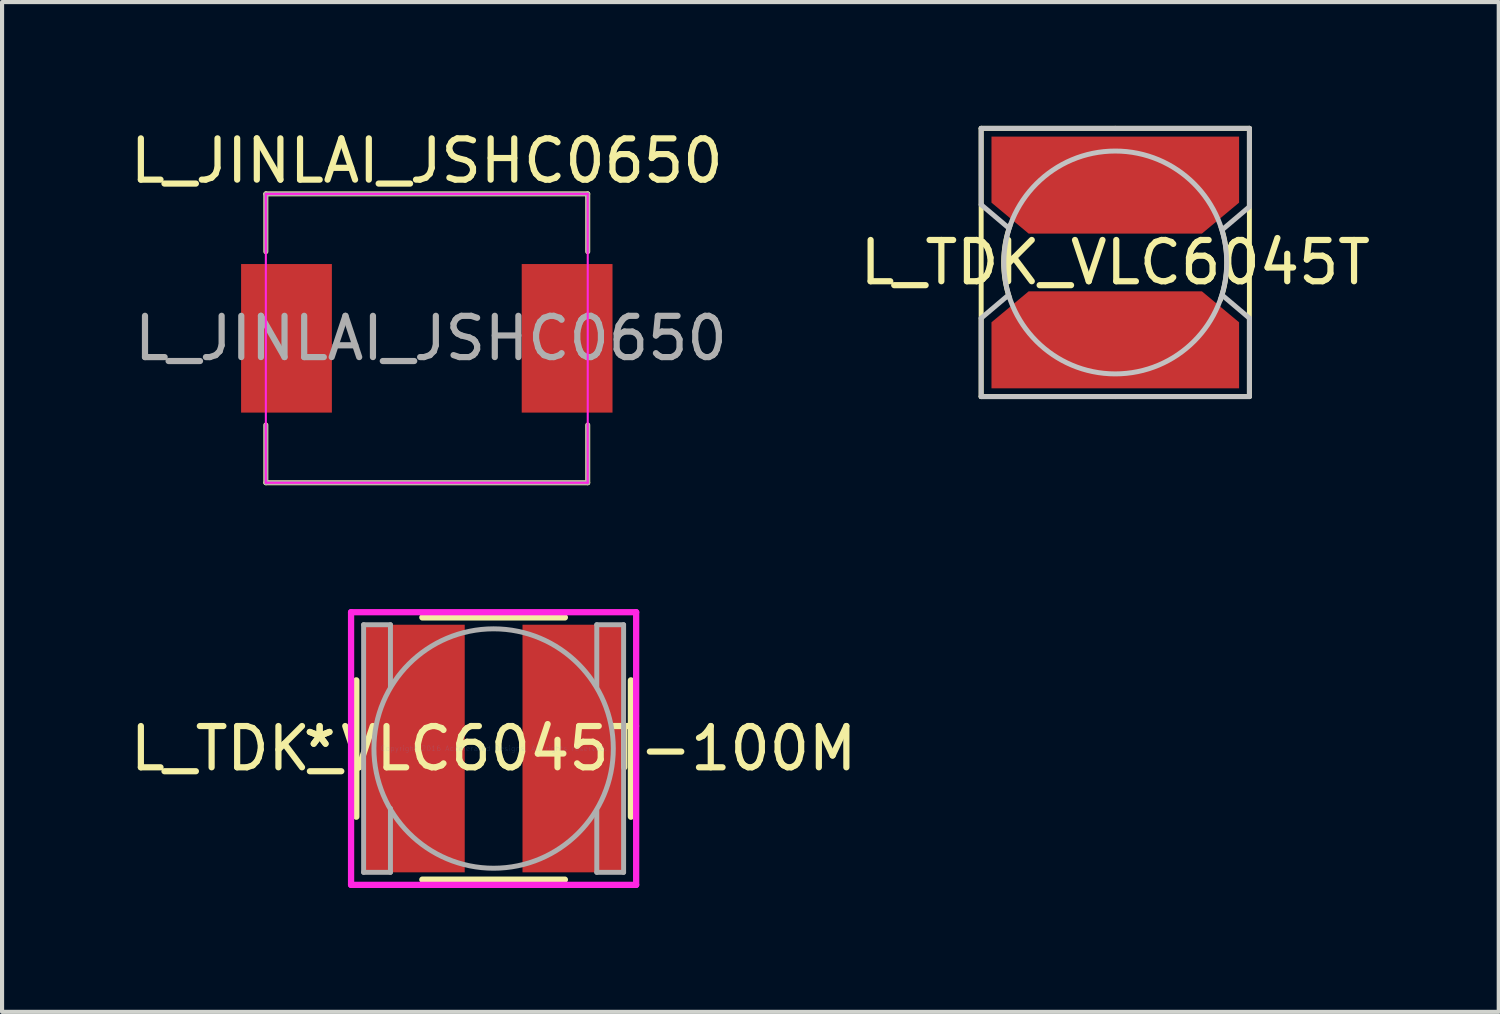
<source format=kicad_pcb>
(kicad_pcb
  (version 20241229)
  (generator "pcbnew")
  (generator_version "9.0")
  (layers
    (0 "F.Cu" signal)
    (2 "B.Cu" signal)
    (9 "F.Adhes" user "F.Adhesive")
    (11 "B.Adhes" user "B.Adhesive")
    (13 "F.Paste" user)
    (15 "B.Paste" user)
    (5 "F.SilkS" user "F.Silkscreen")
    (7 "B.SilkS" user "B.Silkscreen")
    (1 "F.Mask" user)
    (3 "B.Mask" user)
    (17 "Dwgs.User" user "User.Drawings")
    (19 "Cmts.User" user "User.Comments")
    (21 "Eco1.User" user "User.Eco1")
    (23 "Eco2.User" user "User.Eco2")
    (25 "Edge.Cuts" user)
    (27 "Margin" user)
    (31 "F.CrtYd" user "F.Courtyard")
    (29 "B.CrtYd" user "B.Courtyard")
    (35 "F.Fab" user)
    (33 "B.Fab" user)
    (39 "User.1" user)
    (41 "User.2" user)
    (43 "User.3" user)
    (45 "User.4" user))
  (footprint "L_TDK_VLC6045T-100M"
    (layer "F.Cu")
    (at 8.911 15.088)
    (property "Reference" "L_TDK_VLC6045T-100M" (at 0 0 0) (layer "F.SilkS") (effects (font (size 1 1) (thickness 0.15))))
    (attr through_hole)
    (fp_line (start -3.327 -1.652) (end -3.327 1.652) (stroke (width 0.152) (type solid)) (layer "F.SilkS"))
    (fp_line (start -1.727 3.177) (end 1.727 3.177) (stroke (width 0.152) (type solid)) (layer "F.SilkS"))
    (fp_line (start 1.727 -3.177) (end -1.727 -3.177) (stroke (width 0.152) (type solid)) (layer "F.SilkS"))
    (fp_line (start 3.327 1.652) (end 3.327 -1.652) (stroke (width 0.152) (type solid)) (layer "F.SilkS"))
    (fp_line (start -3.454 -3.304) (end 3.454 -3.304) (stroke (width 0.152) (type solid)) (layer "F.CrtYd"))
    (fp_line (start -3.454 3.304) (end -3.454 -3.304) (stroke (width 0.152) (type solid)) (layer "F.CrtYd"))
    (fp_line (start 3.454 -3.304) (end 3.454 3.304) (stroke (width 0.152) (type solid)) (layer "F.CrtYd"))
    (fp_line (start 3.454 3.304) (end -3.454 3.304) (stroke (width 0.152) (type solid)) (layer "F.CrtYd"))
    (fp_line (start -3.15 -3) (end -2.5 -3) (stroke (width 0.12) (type solid)) (layer "F.Fab"))
    (fp_line (start -3.15 3) (end -3.15 -3) (stroke (width 0.12) (type solid)) (layer "F.Fab"))
    (fp_line (start -2.5 -3) (end -2.5 -1.5) (stroke (width 0.12) (type solid)) (layer "F.Fab"))
    (fp_line (start -2.5 3) (end -3.15 3) (stroke (width 0.12) (type solid)) (layer "F.Fab"))
    (fp_line (start -2.5 3) (end -2.5 1.45) (stroke (width 0.12) (type solid)) (layer "F.Fab"))
    (fp_line (start 2.5 -3) (end 2.5 -1.5) (stroke (width 0.12) (type solid)) (layer "F.Fab"))
    (fp_line (start 2.5 3) (end 2.5 1.5) (stroke (width 0.12) (type solid)) (layer "F.Fab"))
    (fp_line (start 3.15 -3) (end 2.5 -3) (stroke (width 0.12) (type solid)) (layer "F.Fab"))
    (fp_line (start 3.15 3) (end 2.5 3) (stroke (width 0.12) (type solid)) (layer "F.Fab"))
    (fp_line (start 3.15 3) (end 3.15 -3) (stroke (width 0.12) (type solid)) (layer "F.Fab"))
    (fp_circle (center 0 0) (end -0.05 2.9) (stroke (width 0.12) (type solid)) (fill no) (layer "F.Fab"))
    (fp_text user "*" (at -4.216 0 0) (layer "F.SilkS") (effects (font (size 1 1) (thickness 0.15))))
    (fp_text user "*" (at -4.216 0 0) (layer "F.SilkS") (effects (font (size 1 1) (thickness 0.15))))
    (fp_text user "Copyright 2016 Accelerated Designs. All rights reserved." (at 0 0 0) (layer "Cmts.User") (effects (font (size 0.127 0.127) (thickness 0.002))))
    (pad "1" smd rect (at -1.925 0) (size 2.45 6) (layers "F.Cu" "F.Mask" "F.Paste"))
    (pad "2" smd rect (at 1.925 0) (size 2.45 6) (layers "F.Cu" "F.Mask" "F.Paste")))
  (footprint "L_JINLAI_JSHC0650"
    (layer "F.Cu")
    (at 7.292 5.148)
    (property "Reference" "L_JINLAI_JSHC0650" (at 0 -4.3 0) (layer "F.SilkS") (effects (font (size 1 1) (thickness 0.15))))
    (attr through_hole)
    (fp_line (start -3.9 -3.5) (end 3.9 -3.5) (stroke (width 0.12) (type solid)) (layer "F.SilkS"))
    (fp_line (start -3.9 -2.1) (end -3.9 -3.5) (stroke (width 0.12) (type solid)) (layer "F.SilkS"))
    (fp_line (start -3.9 3.5) (end -3.9 2.1) (stroke (width 0.12) (type solid)) (layer "F.SilkS"))
    (fp_line (start 3.9 -3.5) (end 3.9 -2.1) (stroke (width 0.12) (type solid)) (layer "F.SilkS"))
    (fp_line (start 3.9 2.1) (end 3.9 3.5) (stroke (width 0.12) (type solid)) (layer "F.SilkS"))
    (fp_line (start 3.9 3.5) (end -3.9 3.5) (stroke (width 0.12) (type solid)) (layer "F.SilkS"))
    (fp_line (start -3.9 -3.5) (end -3.9 3.5) (stroke (width 0.05) (type solid)) (layer "F.CrtYd"))
    (fp_line (start -3.9 3.5) (end 3.9 3.5) (stroke (width 0.05) (type solid)) (layer "F.CrtYd"))
    (fp_line (start 3.9 -3.5) (end -3.9 -3.5) (stroke (width 0.05) (type solid)) (layer "F.CrtYd"))
    (fp_line (start 3.9 3.5) (end 3.9 -3.5) (stroke (width 0.05) (type solid)) (layer "F.CrtYd"))
    (fp_line (start -3.9 -3.5) (end -3.9 -2.1) (stroke (width 0.1) (type solid)) (layer "F.Fab"))
    (fp_line (start -3.9 -3.5) (end 3.9 -3.5) (stroke (width 0.1) (type solid)) (layer "F.Fab"))
    (fp_line (start -3.9 3.5) (end -3.9 2.1) (stroke (width 0.1) (type solid)) (layer "F.Fab"))
    (fp_line (start -3.9 3.5) (end 3.9 3.5) (stroke (width 0.1) (type solid)) (layer "F.Fab"))
    (fp_line (start 3.9 -3.5) (end 3.9 -2.1) (stroke (width 0.1) (type solid)) (layer "F.Fab"))
    (fp_line (start 3.9 3.5) (end 3.9 2.1) (stroke (width 0.1) (type solid)) (layer "F.Fab"))
    (fp_text user "${REFERENCE}" (at 0.1 0 0) (layer "F.Fab") (effects (font (size 1 1) (thickness 0.15))))
    (pad "1" smd rect (at -3.4 0) (size 2.2 3.6) (layers "F.Cu" "F.Mask" "F.Paste"))
    (pad "2" smd rect (at 3.4 0) (size 2.2 3.6) (layers "F.Cu" "F.Mask" "F.Paste")))
  (footprint "L_TDK_VLC6045T"
    (layer "F.Cu")
    (at 23.975 3.31)
    (property "Reference" "L_TDK_VLC6045T" (at 0 0 0) (layer "F.SilkS") (effects (font (size 1 1) (thickness 0.15))))
    (attr through_hole)
    (fp_line (start -3.25 -3.25) (end -3.25 3.25) (stroke (width 0.12) (type solid)) (layer "F.SilkS"))
    (fp_line (start -3.25 3.25) (end 3.25 3.25) (stroke (width 0.12) (type solid)) (layer "F.SilkS"))
    (fp_line (start 3.25 -3.25) (end -3.25 -3.25) (stroke (width 0.12) (type solid)) (layer "F.SilkS"))
    (fp_line (start 3.25 3.25) (end 3.25 -3.25) (stroke (width 0.12) (type solid)) (layer "F.SilkS"))
    (fp_arc (start -2.565393 0.855132) (mid -2.704058 -0.023717) (end -2.549999 -0.899999) (stroke (width 0.12) (type solid)) (layer "F.SilkS"))
    (fp_arc (start 2.565393 -0.855132) (mid 2.704058 0.023717) (end 2.549999 0.899999) (stroke (width 0.12) (type solid)) (layer "F.SilkS"))
    (fp_line (start -3.25 -3.25) (end -3.25 -1.4) (stroke (width 0.12) (type solid)) (layer "Dwgs.User"))
    (fp_line (start -3.25 -1.4) (end -2.6 -0.85) (stroke (width 0.12) (type solid)) (layer "Dwgs.User"))
    (fp_line (start -3.25 1.35) (end -2.6 0.8) (stroke (width 0.12) (type solid)) (layer "Dwgs.User"))
    (fp_line (start -3.25 3.25) (end -3.25 1.35) (stroke (width 0.12) (type solid)) (layer "Dwgs.User"))
    (fp_line (start 0 -3.25) (end -3.25 -3.25) (stroke (width 0.12) (type solid)) (layer "Dwgs.User"))
    (fp_line (start 0 -3.25) (end 3.25 -3.25) (stroke (width 0.12) (type solid)) (layer "Dwgs.User"))
    (fp_line (start 0 3.25) (end -3.25 3.25) (stroke (width 0.12) (type solid)) (layer "Dwgs.User"))
    (fp_line (start 0 3.25) (end 3.25 3.25) (stroke (width 0.12) (type solid)) (layer "Dwgs.User"))
    (fp_line (start 3.25 -3.25) (end 3.25 -1.35) (stroke (width 0.12) (type solid)) (layer "Dwgs.User"))
    (fp_line (start 3.25 -1.35) (end 2.6 -0.8) (stroke (width 0.12) (type solid)) (layer "Dwgs.User"))
    (fp_line (start 3.25 1.35) (end 2.6 0.8) (stroke (width 0.12) (type solid)) (layer "Dwgs.User"))
    (fp_line (start 3.25 3.25) (end 3.25 1.35) (stroke (width 0.12) (type solid)) (layer "Dwgs.User"))
    (fp_circle (center 0 0) (end 2.7 0) (stroke (width 0.12) (type solid)) (fill no) (layer "Dwgs.User"))
    (pad "1" smd custom (at 0 -2.25) (size 1.6 1.6) (layers "F.Cu" "F.Mask" "F.Paste") (options (anchor rect)) (primitives (gr_poly (pts (xy -3 -0.8) (xy -3 0.8) (xy -2.1 1.55) (xy 2.1 1.55) (xy 3 0.8) (xy 3 -0.8)) (width 0) (fill yes))))
    (pad "2" smd custom (at 0 2.25 180) (size 1.6 1.6) (layers "F.Cu" "F.Mask" "F.Paste") (options (anchor rect)) (primitives (gr_poly (pts (xy -3 -0.8) (xy -3 0.8) (xy -2.1 1.55) (xy 2.1 1.55) (xy 3 0.8) (xy 3 -0.8)) (width 0) (fill yes)))))
  (gr_rect
    (start -3 -3)
    (end 33.267 21.469)
    (stroke (width 0.1) (type default))
    (fill no)
    (layer "Edge.Cuts")))
</source>
